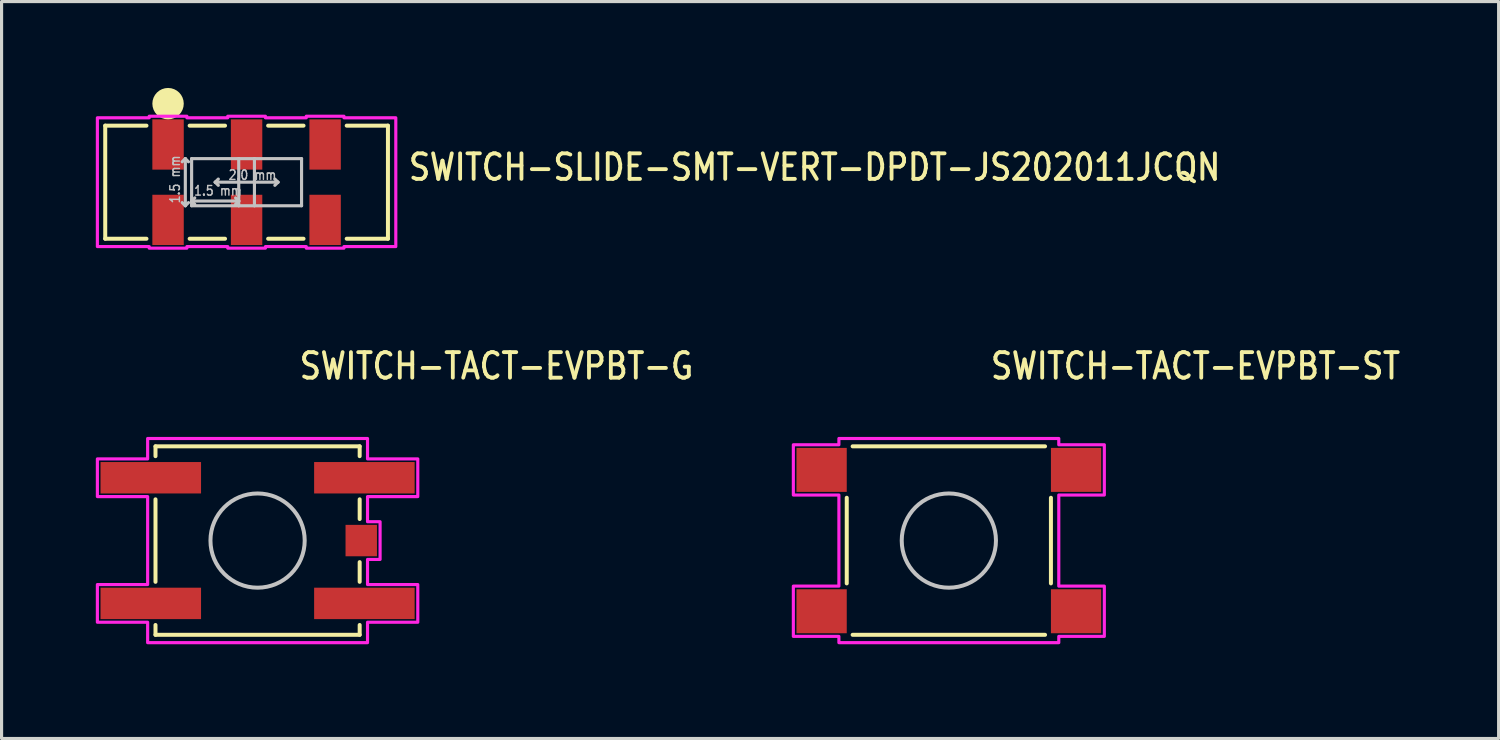
<source format=kicad_pcb>
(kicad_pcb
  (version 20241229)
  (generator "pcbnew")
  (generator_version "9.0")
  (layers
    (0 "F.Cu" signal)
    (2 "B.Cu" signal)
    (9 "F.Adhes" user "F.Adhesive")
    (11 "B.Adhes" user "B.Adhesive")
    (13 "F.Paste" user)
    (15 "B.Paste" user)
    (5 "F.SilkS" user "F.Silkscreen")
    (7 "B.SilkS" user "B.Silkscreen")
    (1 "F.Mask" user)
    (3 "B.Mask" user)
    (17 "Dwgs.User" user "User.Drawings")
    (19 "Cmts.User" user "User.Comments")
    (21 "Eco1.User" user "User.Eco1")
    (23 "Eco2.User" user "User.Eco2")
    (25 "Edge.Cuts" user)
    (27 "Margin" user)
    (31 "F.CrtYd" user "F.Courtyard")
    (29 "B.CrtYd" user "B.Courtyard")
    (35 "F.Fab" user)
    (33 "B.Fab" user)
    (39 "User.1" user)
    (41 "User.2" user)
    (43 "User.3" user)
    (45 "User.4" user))
  (footprint "SWITCH-TACT-EVPBT-ST"
    (layer "F.Cu")
    (at 27.156 14.159)
    (property "Reference" "SWITCH-TACT-EVPBT-ST" (at 1.27 -5.08 0) (unlocked yes) (layer "F.SilkS") (effects (font (size 0.813 0.695) (thickness 0.122)) (justify left bottom)))
    (fp_line (start -3.25 -1.363) (end -3.25 1.363) (stroke (width 0.127) (type solid)) (layer "F.SilkS"))
    (fp_line (start -3.063 -3) (end 3.063 -3) (stroke (width 0.127) (type solid)) (layer "F.SilkS"))
    (fp_line (start 3.063 3) (end -3.063 3) (stroke (width 0.127) (type solid)) (layer "F.SilkS"))
    (fp_line (start 3.25 -1.363) (end 3.25 1.363) (stroke (width 0.127) (type solid)) (layer "F.SilkS"))
    (fp_circle (center 0 0) (end 1.5 0) (stroke (width 0.127) (type solid)) (fill no) (layer "Dwgs.User"))
    (fp_poly (pts (xy -4.95 -3.05) (xy -3.5 -3.05) (xy -3.5 -3.25) (xy 3.5 -3.25) (xy 3.5 -3.05) (xy 4.95 -3.05) (xy 4.95 -1.45) (xy 3.5 -1.45) (xy 3.5 1.45) (xy 4.95 1.45) (xy 4.95 3.05) (xy 3.5 3.05) (xy 3.5 3.25) (xy -3.5 3.25) (xy -3.5 3.05) (xy -4.95 3.05) (xy -4.95 1.45) (xy -3.5 1.45) (xy -3.5 -1.45) (xy -4.95 -1.45)) (stroke (width 0.1) (type solid)) (fill no) (layer "F.CrtYd"))
    (pad "A" smd rect (at 4.05 2.25) (size 1.6 1.4) (layers "F.Cu" "F.Mask" "F.Paste"))
    (pad "A'" smd rect (at -4.05 2.25) (size 1.6 1.4) (layers "F.Cu" "F.Mask" "F.Paste"))
    (pad "B" smd rect (at 4.05 -2.25) (size 1.6 1.4) (layers "F.Cu" "F.Mask" "F.Paste"))
    (pad "B'" smd rect (at -4.05 -2.25) (size 1.6 1.4) (layers "F.Cu" "F.Mask" "F.Paste")))
  (footprint "SWITCH-SLIDE-SMT-VERT-DPDT-JS202011JCQN"
    (layer "F.Cu")
    (at 4.8 2.75)
    (property "Reference" "SWITCH-SLIDE-SMT-VERT-DPDT-JS202011JCQN" (at 5.096 0 0) (unlocked yes) (layer "F.SilkS") (effects (font (size 0.813 0.695) (thickness 0.122)) (justify left bottom)))
    (fp_line (start -4.5 -1.8) (end -4.5 1.8) (stroke (width 0.127) (type solid)) (layer "F.SilkS"))
    (fp_line (start -4.5 1.8) (end -3.187 1.8) (stroke (width 0.127) (type solid)) (layer "F.SilkS"))
    (fp_line (start -3.187 -1.8) (end -4.5 -1.8) (stroke (width 0.127) (type solid)) (layer "F.SilkS"))
    (fp_line (start -1.813 1.8) (end -0.686 1.8) (stroke (width 0.127) (type solid)) (layer "F.SilkS"))
    (fp_line (start -0.686 -1.8) (end -1.813 -1.8) (stroke (width 0.127) (type solid)) (layer "F.SilkS"))
    (fp_line (start 1.813 -1.8) (end 0.686 -1.8) (stroke (width 0.127) (type solid)) (layer "F.SilkS"))
    (fp_line (start 1.813 1.8) (end 0.686 1.8) (stroke (width 0.127) (type solid)) (layer "F.SilkS"))
    (fp_line (start 3.187 -1.8) (end 4.5 -1.8) (stroke (width 0.127) (type solid)) (layer "F.SilkS"))
    (fp_line (start 4.5 -1.8) (end 4.5 1.8) (stroke (width 0.127) (type solid)) (layer "F.SilkS"))
    (fp_line (start 4.5 1.8) (end 3.187 1.8) (stroke (width 0.127) (type solid)) (layer "F.SilkS"))
    (fp_circle (center -2.5 -2.5) (end -2.5 -2.5) (stroke (width 0.5) (type solid)) (fill no) (layer "F.SilkS"))
    (fp_line (start -1.95 -0.75) (end -2.05 -0.65) (stroke (width 0.1) (type solid)) (layer "Dwgs.User"))
    (fp_line (start -1.95 -0.75) (end -1.95 0.75) (stroke (width 0.1) (type solid)) (layer "Dwgs.User"))
    (fp_line (start -1.95 0.75) (end -2.05 0.65) (stroke (width 0.1) (type solid)) (layer "Dwgs.User"))
    (fp_line (start -1.95 0.75) (end -1.85 0.65) (stroke (width 0.1) (type solid)) (layer "Dwgs.User"))
    (fp_line (start -1.85 -0.65) (end -1.95 -0.75) (stroke (width 0.1) (type solid)) (layer "Dwgs.User"))
    (fp_line (start -1.75 -0.75) (end -0.25 -0.75) (stroke (width 0.1) (type solid)) (layer "Dwgs.User"))
    (fp_line (start -1.75 0.6) (end -1.75 -0.75) (stroke (width 0.1) (type solid)) (layer "Dwgs.User"))
    (fp_line (start -1.75 0.6) (end -1.65 0.5) (stroke (width 0.1) (type solid)) (layer "Dwgs.User"))
    (fp_line (start -1.75 0.6) (end -1.65 0.7) (stroke (width 0.1) (type solid)) (layer "Dwgs.User"))
    (fp_line (start -1.75 0.6) (end -0.25 0.6) (stroke (width 0.1) (type solid)) (layer "Dwgs.User"))
    (fp_line (start -1.75 0.75) (end -1.75 0.6) (stroke (width 0.1) (type solid)) (layer "Dwgs.User"))
    (fp_line (start -1 0) (end -0.9 -0.1) (stroke (width 0.1) (type solid)) (layer "Dwgs.User"))
    (fp_line (start -1 0) (end -0.9 0.1) (stroke (width 0.1) (type solid)) (layer "Dwgs.User"))
    (fp_line (start -0.25 -0.75) (end -0.25 0.6) (stroke (width 0.1) (type solid)) (layer "Dwgs.User"))
    (fp_line (start -0.25 -0.75) (end 0.25 -0.75) (stroke (width 0.1) (type solid)) (layer "Dwgs.User"))
    (fp_line (start -0.25 0.6) (end -0.35 0.5) (stroke (width 0.1) (type solid)) (layer "Dwgs.User"))
    (fp_line (start -0.25 0.6) (end -0.35 0.7) (stroke (width 0.1) (type solid)) (layer "Dwgs.User"))
    (fp_line (start -0.25 0.6) (end -0.25 0.75) (stroke (width 0.1) (type solid)) (layer "Dwgs.User"))
    (fp_line (start -0.25 0.75) (end -1.75 0.75) (stroke (width 0.1) (type solid)) (layer "Dwgs.User"))
    (fp_line (start 0.25 -0.75) (end 0.25 0.75) (stroke (width 0.1) (type solid)) (layer "Dwgs.User"))
    (fp_line (start 0.25 -0.75) (end 1.75 -0.75) (stroke (width 0.1) (type solid)) (layer "Dwgs.User"))
    (fp_line (start 0.25 0.75) (end -0.25 0.75) (stroke (width 0.1) (type solid)) (layer "Dwgs.User"))
    (fp_line (start 1 0) (end -1 0) (stroke (width 0.1) (type solid)) (layer "Dwgs.User"))
    (fp_line (start 1 0) (end 0.9 -0.1) (stroke (width 0.1) (type solid)) (layer "Dwgs.User"))
    (fp_line (start 1 0) (end 0.9 0.1) (stroke (width 0.1) (type solid)) (layer "Dwgs.User"))
    (fp_line (start 1.75 -0.75) (end 1.75 0.75) (stroke (width 0.1) (type solid)) (layer "Dwgs.User"))
    (fp_line (start 1.75 0.75) (end 0.25 0.75) (stroke (width 0.1) (type solid)) (layer "Dwgs.User"))
    (fp_poly (pts (xy -4.75 -2.05) (xy -3.1 -2.05) (xy -3.1 -2.1) (xy -1.9 -2.1) (xy -1.9 -2.05) (xy -0.6 -2.05) (xy -0.6 -2.1) (xy 0.6 -2.1) (xy 0.6 -2.05) (xy 1.9 -2.05) (xy 1.9 -2.1) (xy 3.1 -2.1) (xy 3.1 -2.05) (xy 4.75 -2.05) (xy 4.75 2.05) (xy 3.1 2.05) (xy 3.1 2.1) (xy 1.9 2.1) (xy 1.9 2.05) (xy 0.6 2.05) (xy 0.6 2.1) (xy -0.6 2.1) (xy -0.6 2.05) (xy -1.9 2.05) (xy -1.9 2.1) (xy -3.1 2.1) (xy -3.1 2.05) (xy -4.75 2.05)) (stroke (width 0.1) (type solid)) (fill no) (layer "F.CrtYd"))
    (fp_text user "1.5 mm" (at -1.7 0.45 0) (unlocked yes) (layer "Dwgs.User") (effects (font (size 0.305 0.261) (thickness 0.046)) (justify left bottom)))
    (fp_text user "2.0 mm" (at -0.6 -0.05 0) (unlocked yes) (layer "Dwgs.User") (effects (font (size 0.305 0.261) (thickness 0.046)) (justify left bottom)))
    (fp_text user "1.5 mm" (at -2.1 0.7 90) (unlocked yes) (layer "Dwgs.User") (effects (font (size 0.305 0.261) (thickness 0.046)) (justify left bottom)))
    (pad "P$1" smd rect (at -2.5 -1.2) (size 1 1.6) (layers "F.Cu" "F.Mask" "F.Paste"))
    (pad "P$2" smd rect (at 0 -1.2) (size 1 1.6) (layers "F.Cu" "F.Mask" "F.Paste"))
    (pad "P$3" smd rect (at 2.5 -1.2) (size 1 1.6) (layers "F.Cu" "F.Mask" "F.Paste"))
    (pad "P$5" smd rect (at -2.5 1.2) (size 1 1.6) (layers "F.Cu" "F.Mask" "F.Paste"))
    (pad "P$6" smd rect (at 0 1.2) (size 1 1.6) (layers "F.Cu" "F.Mask" "F.Paste"))
    (pad "P$7" smd rect (at 2.5 1.2) (size 1 1.6) (layers "F.Cu" "F.Mask" "F.Paste")))
  (footprint "SWITCH-TACT-EVPBT-G"
    (layer "F.Cu")
    (at 5.15 14.159)
    (property "Reference" "SWITCH-TACT-EVPBT-G" (at 1.27 -5.08 0) (unlocked yes) (layer "F.SilkS") (effects (font (size 0.813 0.695) (thickness 0.122)) (justify left bottom)))
    (fp_line (start -3.25 -3) (end -3.25 -2.687) (stroke (width 0.127) (type solid)) (layer "F.SilkS"))
    (fp_line (start -3.25 -3) (end 3.25 -3) (stroke (width 0.127) (type solid)) (layer "F.SilkS"))
    (fp_line (start -3.25 -1.313) (end -3.25 1.313) (stroke (width 0.127) (type solid)) (layer "F.SilkS"))
    (fp_line (start -3.25 3) (end -3.25 2.687) (stroke (width 0.127) (type solid)) (layer "F.SilkS"))
    (fp_line (start 3.25 -3) (end 3.25 -2.687) (stroke (width 0.127) (type solid)) (layer "F.SilkS"))
    (fp_line (start 3.25 -1.313) (end 3.25 -0.686) (stroke (width 0.127) (type solid)) (layer "F.SilkS"))
    (fp_line (start 3.25 1.313) (end 3.25 0.686) (stroke (width 0.127) (type solid)) (layer "F.SilkS"))
    (fp_line (start 3.25 3) (end -3.25 3) (stroke (width 0.127) (type solid)) (layer "F.SilkS"))
    (fp_line (start 3.25 3) (end 3.25 2.687) (stroke (width 0.127) (type solid)) (layer "F.SilkS"))
    (fp_circle (center 0 0) (end 1.5 0) (stroke (width 0.127) (type solid)) (fill no) (layer "Dwgs.User"))
    (fp_poly (pts (xy -5.1 -2.6) (xy -3.5 -2.6) (xy -3.5 -3.25) (xy 3.5 -3.25) (xy 3.5 -2.6) (xy 5.1 -2.6) (xy 5.1 -1.4) (xy 3.5 -1.4) (xy 3.5 -0.6) (xy 3.9 -0.6) (xy 3.9 0.6) (xy 3.5 0.6) (xy 3.5 1.4) (xy 5.1 1.4) (xy 5.1 2.6) (xy 3.5 2.6) (xy 3.5 3.25) (xy -3.5 3.25) (xy -3.5 2.6) (xy -5.1 2.6) (xy -5.1 1.4) (xy -3.5 1.4) (xy -3.5 -1.4) (xy -5.1 -1.4)) (stroke (width 0.1) (type solid)) (fill no) (layer "F.CrtYd"))
    (pad "A" smd rect (at 3.4 2) (size 3.2 1) (layers "F.Cu" "F.Mask" "F.Paste"))
    (pad "A'" smd rect (at -3.4 2) (size 3.2 1) (layers "F.Cu" "F.Mask" "F.Paste"))
    (pad "B" smd rect (at 3.4 -2) (size 3.2 1) (layers "F.Cu" "F.Mask" "F.Paste"))
    (pad "B'" smd rect (at -3.4 -2) (size 3.2 1) (layers "F.Cu" "F.Mask" "F.Paste"))
    (pad "SHELL" smd rect (at 3.3 0) (size 1 1) (layers "F.Cu" "F.Mask" "F.Paste")))
  (gr_rect
    (start -3 -3)
    (end 44.658 20.459)
    (stroke (width 0.1) (type default))
    (fill no)
    (layer "Edge.Cuts")))
</source>
